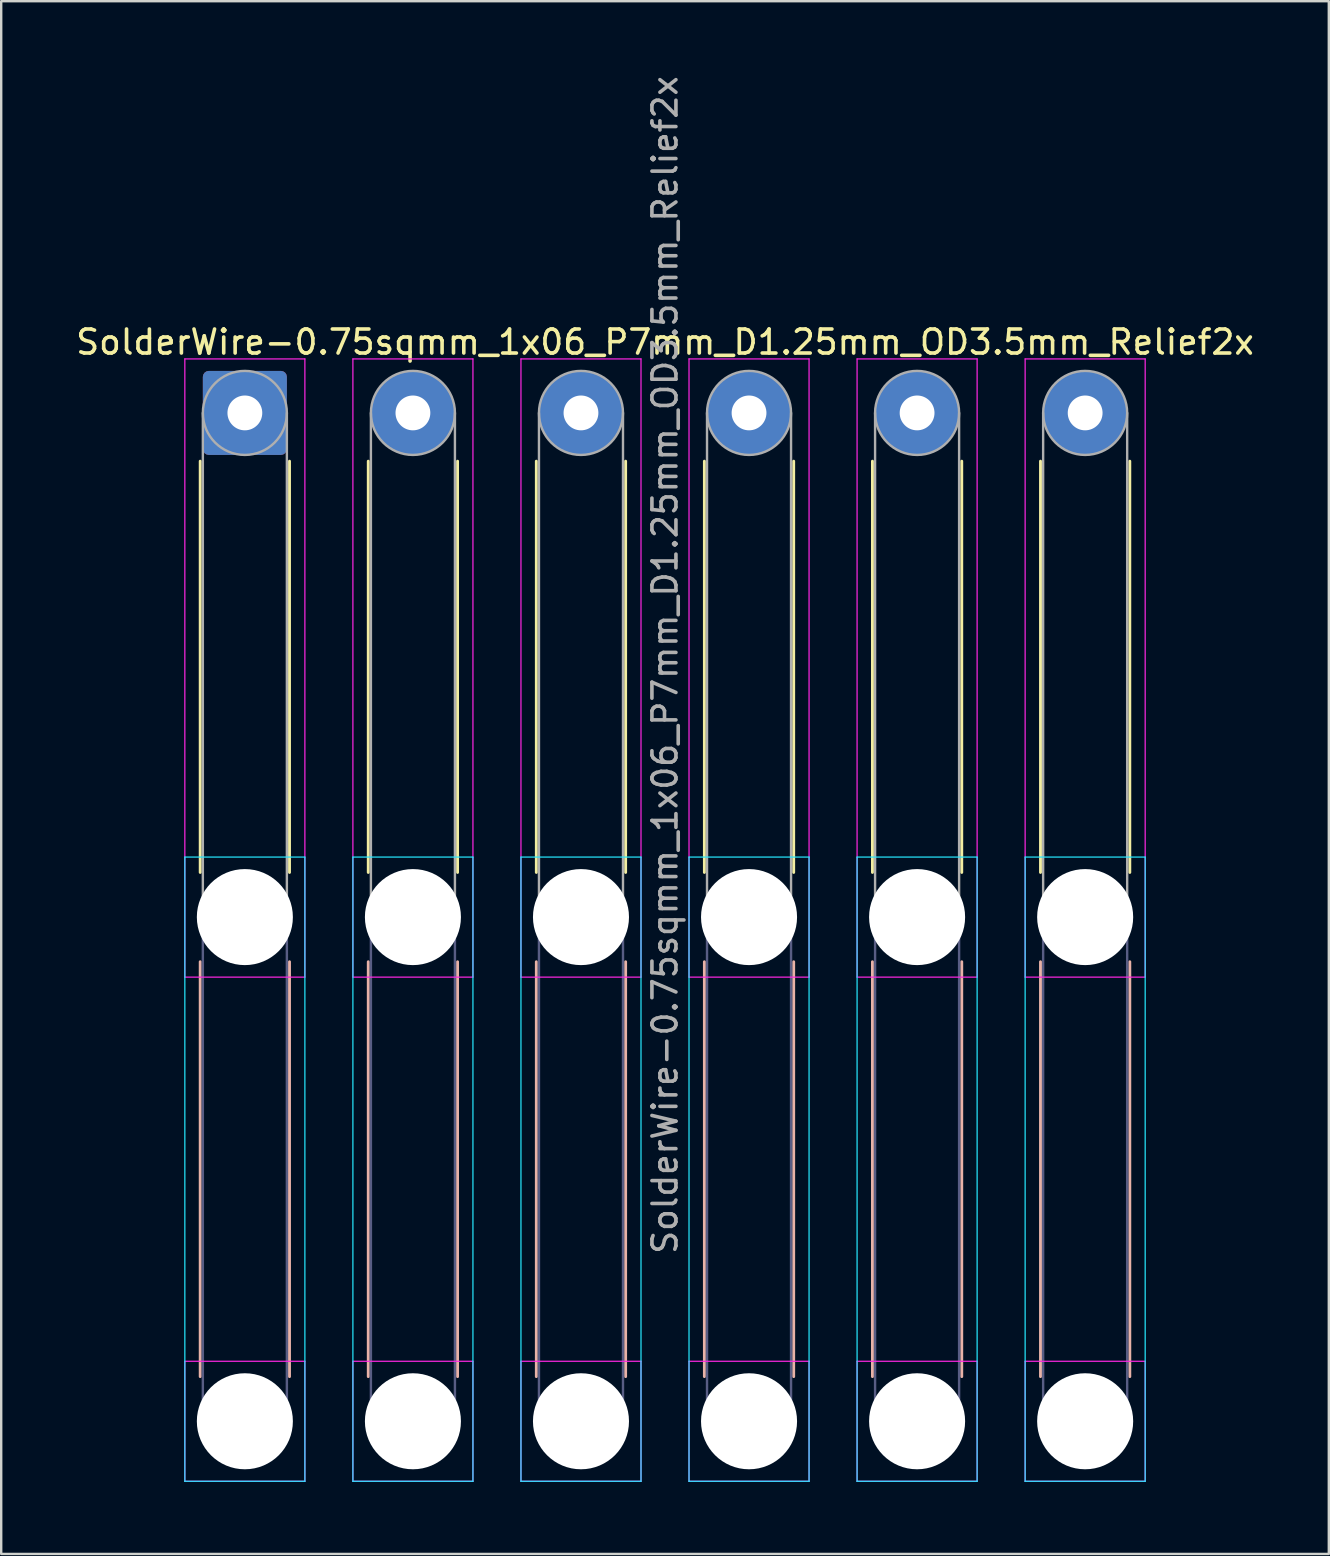
<source format=kicad_pcb>
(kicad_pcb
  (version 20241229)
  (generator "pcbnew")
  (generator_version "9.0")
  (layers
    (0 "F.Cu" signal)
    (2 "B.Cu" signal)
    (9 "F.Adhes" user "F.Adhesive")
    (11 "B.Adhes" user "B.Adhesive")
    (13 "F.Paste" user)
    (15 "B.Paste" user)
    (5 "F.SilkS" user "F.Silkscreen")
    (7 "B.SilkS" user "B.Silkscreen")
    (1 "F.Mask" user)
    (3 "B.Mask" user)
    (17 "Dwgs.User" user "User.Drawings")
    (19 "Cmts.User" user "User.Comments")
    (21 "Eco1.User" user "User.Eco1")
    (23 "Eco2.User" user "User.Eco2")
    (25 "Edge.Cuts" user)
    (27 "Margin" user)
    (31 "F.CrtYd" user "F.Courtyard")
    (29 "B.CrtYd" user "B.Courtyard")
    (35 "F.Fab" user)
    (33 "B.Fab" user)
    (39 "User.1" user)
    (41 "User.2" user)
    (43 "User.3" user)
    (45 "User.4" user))
  (footprint "SolderWire-0.75sqmm_1x06_P7mm_D1.25mm_OD3.5mm_Relief2x"
    (layer "F.Cu")
    (at 7.149 14.149)
    (property "Reference" "SolderWire-0.75sqmm_1x06_P7mm_D1.25mm_OD3.5mm_Relief2x" (at 17.5 -2.95 0) (layer "F.SilkS") (effects (font (size 1 1) (thickness 0.15))))
    (attr exclude_from_pos_files exclude_from_bom)
    (fp_line (start -1.86 2.01) (end -1.86 19.14) (stroke (width 0.12) (type solid)) (layer "F.SilkS"))
    (fp_line (start 1.86 2.01) (end 1.86 19.14) (stroke (width 0.12) (type solid)) (layer "F.SilkS"))
    (fp_line (start 5.14 2.01) (end 5.14 19.14) (stroke (width 0.12) (type solid)) (layer "F.SilkS"))
    (fp_line (start 8.86 2.01) (end 8.86 19.14) (stroke (width 0.12) (type solid)) (layer "F.SilkS"))
    (fp_line (start 12.14 2.01) (end 12.14 19.14) (stroke (width 0.12) (type solid)) (layer "F.SilkS"))
    (fp_line (start 15.86 2.01) (end 15.86 19.14) (stroke (width 0.12) (type solid)) (layer "F.SilkS"))
    (fp_line (start 19.14 2.01) (end 19.14 19.14) (stroke (width 0.12) (type solid)) (layer "F.SilkS"))
    (fp_line (start 22.86 2.01) (end 22.86 19.14) (stroke (width 0.12) (type solid)) (layer "F.SilkS"))
    (fp_line (start 26.14 2.01) (end 26.14 19.14) (stroke (width 0.12) (type solid)) (layer "F.SilkS"))
    (fp_line (start 29.86 2.01) (end 29.86 19.14) (stroke (width 0.12) (type solid)) (layer "F.SilkS"))
    (fp_line (start 33.14 2.01) (end 33.14 19.14) (stroke (width 0.12) (type solid)) (layer "F.SilkS"))
    (fp_line (start 36.86 2.01) (end 36.86 19.14) (stroke (width 0.12) (type solid)) (layer "F.SilkS"))
    (fp_line (start -1.86 22.86) (end -1.86 40.14) (stroke (width 0.12) (type solid)) (layer "B.SilkS"))
    (fp_line (start 1.86 22.86) (end 1.86 40.14) (stroke (width 0.12) (type solid)) (layer "B.SilkS"))
    (fp_line (start 5.14 22.86) (end 5.14 40.14) (stroke (width 0.12) (type solid)) (layer "B.SilkS"))
    (fp_line (start 8.86 22.86) (end 8.86 40.14) (stroke (width 0.12) (type solid)) (layer "B.SilkS"))
    (fp_line (start 12.14 22.86) (end 12.14 40.14) (stroke (width 0.12) (type solid)) (layer "B.SilkS"))
    (fp_line (start 15.86 22.86) (end 15.86 40.14) (stroke (width 0.12) (type solid)) (layer "B.SilkS"))
    (fp_line (start 19.14 22.86) (end 19.14 40.14) (stroke (width 0.12) (type solid)) (layer "B.SilkS"))
    (fp_line (start 22.86 22.86) (end 22.86 40.14) (stroke (width 0.12) (type solid)) (layer "B.SilkS"))
    (fp_line (start 26.14 22.86) (end 26.14 40.14) (stroke (width 0.12) (type solid)) (layer "B.SilkS"))
    (fp_line (start 29.86 22.86) (end 29.86 40.14) (stroke (width 0.12) (type solid)) (layer "B.SilkS"))
    (fp_line (start 33.14 22.86) (end 33.14 40.14) (stroke (width 0.12) (type solid)) (layer "B.SilkS"))
    (fp_line (start 36.86 22.86) (end 36.86 40.14) (stroke (width 0.12) (type solid)) (layer "B.SilkS"))
    (fp_line (start -2.5 18.5) (end -2.5 44.5) (stroke (width 0.05) (type solid)) (layer "B.CrtYd"))
    (fp_line (start -2.5 44.5) (end 2.5 44.5) (stroke (width 0.05) (type solid)) (layer "B.CrtYd"))
    (fp_line (start 2.5 18.5) (end -2.5 18.5) (stroke (width 0.05) (type solid)) (layer "B.CrtYd"))
    (fp_line (start 2.5 44.5) (end 2.5 18.5) (stroke (width 0.05) (type solid)) (layer "B.CrtYd"))
    (fp_line (start 4.5 18.5) (end 4.5 44.5) (stroke (width 0.05) (type solid)) (layer "B.CrtYd"))
    (fp_line (start 4.5 44.5) (end 9.5 44.5) (stroke (width 0.05) (type solid)) (layer "B.CrtYd"))
    (fp_line (start 9.5 18.5) (end 4.5 18.5) (stroke (width 0.05) (type solid)) (layer "B.CrtYd"))
    (fp_line (start 9.5 44.5) (end 9.5 18.5) (stroke (width 0.05) (type solid)) (layer "B.CrtYd"))
    (fp_line (start 11.5 18.5) (end 11.5 44.5) (stroke (width 0.05) (type solid)) (layer "B.CrtYd"))
    (fp_line (start 11.5 44.5) (end 16.5 44.5) (stroke (width 0.05) (type solid)) (layer "B.CrtYd"))
    (fp_line (start 16.5 18.5) (end 11.5 18.5) (stroke (width 0.05) (type solid)) (layer "B.CrtYd"))
    (fp_line (start 16.5 44.5) (end 16.5 18.5) (stroke (width 0.05) (type solid)) (layer "B.CrtYd"))
    (fp_line (start 18.5 18.5) (end 18.5 44.5) (stroke (width 0.05) (type solid)) (layer "B.CrtYd"))
    (fp_line (start 18.5 44.5) (end 23.5 44.5) (stroke (width 0.05) (type solid)) (layer "B.CrtYd"))
    (fp_line (start 23.5 18.5) (end 18.5 18.5) (stroke (width 0.05) (type solid)) (layer "B.CrtYd"))
    (fp_line (start 23.5 44.5) (end 23.5 18.5) (stroke (width 0.05) (type solid)) (layer "B.CrtYd"))
    (fp_line (start 25.5 18.5) (end 25.5 44.5) (stroke (width 0.05) (type solid)) (layer "B.CrtYd"))
    (fp_line (start 25.5 44.5) (end 30.5 44.5) (stroke (width 0.05) (type solid)) (layer "B.CrtYd"))
    (fp_line (start 30.5 18.5) (end 25.5 18.5) (stroke (width 0.05) (type solid)) (layer "B.CrtYd"))
    (fp_line (start 30.5 44.5) (end 30.5 18.5) (stroke (width 0.05) (type solid)) (layer "B.CrtYd"))
    (fp_line (start 32.5 18.5) (end 32.5 44.5) (stroke (width 0.05) (type solid)) (layer "B.CrtYd"))
    (fp_line (start 32.5 44.5) (end 37.5 44.5) (stroke (width 0.05) (type solid)) (layer "B.CrtYd"))
    (fp_line (start 37.5 18.5) (end 32.5 18.5) (stroke (width 0.05) (type solid)) (layer "B.CrtYd"))
    (fp_line (start 37.5 44.5) (end 37.5 18.5) (stroke (width 0.05) (type solid)) (layer "B.CrtYd"))
    (fp_line (start -2.5 -2.25) (end -2.5 23.5) (stroke (width 0.05) (type solid)) (layer "F.CrtYd"))
    (fp_line (start -2.5 23.5) (end 2.5 23.5) (stroke (width 0.05) (type solid)) (layer "F.CrtYd"))
    (fp_line (start -2.5 39.5) (end -2.5 44.5) (stroke (width 0.05) (type solid)) (layer "F.CrtYd"))
    (fp_line (start -2.5 44.5) (end 2.5 44.5) (stroke (width 0.05) (type solid)) (layer "F.CrtYd"))
    (fp_line (start 2.5 -2.25) (end -2.5 -2.25) (stroke (width 0.05) (type solid)) (layer "F.CrtYd"))
    (fp_line (start 2.5 23.5) (end 2.5 -2.25) (stroke (width 0.05) (type solid)) (layer "F.CrtYd"))
    (fp_line (start 2.5 39.5) (end -2.5 39.5) (stroke (width 0.05) (type solid)) (layer "F.CrtYd"))
    (fp_line (start 2.5 44.5) (end 2.5 39.5) (stroke (width 0.05) (type solid)) (layer "F.CrtYd"))
    (fp_line (start 4.5 -2.25) (end 4.5 23.5) (stroke (width 0.05) (type solid)) (layer "F.CrtYd"))
    (fp_line (start 4.5 23.5) (end 9.5 23.5) (stroke (width 0.05) (type solid)) (layer "F.CrtYd"))
    (fp_line (start 4.5 39.5) (end 4.5 44.5) (stroke (width 0.05) (type solid)) (layer "F.CrtYd"))
    (fp_line (start 4.5 44.5) (end 9.5 44.5) (stroke (width 0.05) (type solid)) (layer "F.CrtYd"))
    (fp_line (start 9.5 -2.25) (end 4.5 -2.25) (stroke (width 0.05) (type solid)) (layer "F.CrtYd"))
    (fp_line (start 9.5 23.5) (end 9.5 -2.25) (stroke (width 0.05) (type solid)) (layer "F.CrtYd"))
    (fp_line (start 9.5 39.5) (end 4.5 39.5) (stroke (width 0.05) (type solid)) (layer "F.CrtYd"))
    (fp_line (start 9.5 44.5) (end 9.5 39.5) (stroke (width 0.05) (type solid)) (layer "F.CrtYd"))
    (fp_line (start 11.5 -2.25) (end 11.5 23.5) (stroke (width 0.05) (type solid)) (layer "F.CrtYd"))
    (fp_line (start 11.5 23.5) (end 16.5 23.5) (stroke (width 0.05) (type solid)) (layer "F.CrtYd"))
    (fp_line (start 11.5 39.5) (end 11.5 44.5) (stroke (width 0.05) (type solid)) (layer "F.CrtYd"))
    (fp_line (start 11.5 44.5) (end 16.5 44.5) (stroke (width 0.05) (type solid)) (layer "F.CrtYd"))
    (fp_line (start 16.5 -2.25) (end 11.5 -2.25) (stroke (width 0.05) (type solid)) (layer "F.CrtYd"))
    (fp_line (start 16.5 23.5) (end 16.5 -2.25) (stroke (width 0.05) (type solid)) (layer "F.CrtYd"))
    (fp_line (start 16.5 39.5) (end 11.5 39.5) (stroke (width 0.05) (type solid)) (layer "F.CrtYd"))
    (fp_line (start 16.5 44.5) (end 16.5 39.5) (stroke (width 0.05) (type solid)) (layer "F.CrtYd"))
    (fp_line (start 18.5 -2.25) (end 18.5 23.5) (stroke (width 0.05) (type solid)) (layer "F.CrtYd"))
    (fp_line (start 18.5 23.5) (end 23.5 23.5) (stroke (width 0.05) (type solid)) (layer "F.CrtYd"))
    (fp_line (start 18.5 39.5) (end 18.5 44.5) (stroke (width 0.05) (type solid)) (layer "F.CrtYd"))
    (fp_line (start 18.5 44.5) (end 23.5 44.5) (stroke (width 0.05) (type solid)) (layer "F.CrtYd"))
    (fp_line (start 23.5 -2.25) (end 18.5 -2.25) (stroke (width 0.05) (type solid)) (layer "F.CrtYd"))
    (fp_line (start 23.5 23.5) (end 23.5 -2.25) (stroke (width 0.05) (type solid)) (layer "F.CrtYd"))
    (fp_line (start 23.5 39.5) (end 18.5 39.5) (stroke (width 0.05) (type solid)) (layer "F.CrtYd"))
    (fp_line (start 23.5 44.5) (end 23.5 39.5) (stroke (width 0.05) (type solid)) (layer "F.CrtYd"))
    (fp_line (start 25.5 -2.25) (end 25.5 23.5) (stroke (width 0.05) (type solid)) (layer "F.CrtYd"))
    (fp_line (start 25.5 23.5) (end 30.5 23.5) (stroke (width 0.05) (type solid)) (layer "F.CrtYd"))
    (fp_line (start 25.5 39.5) (end 25.5 44.5) (stroke (width 0.05) (type solid)) (layer "F.CrtYd"))
    (fp_line (start 25.5 44.5) (end 30.5 44.5) (stroke (width 0.05) (type solid)) (layer "F.CrtYd"))
    (fp_line (start 30.5 -2.25) (end 25.5 -2.25) (stroke (width 0.05) (type solid)) (layer "F.CrtYd"))
    (fp_line (start 30.5 23.5) (end 30.5 -2.25) (stroke (width 0.05) (type solid)) (layer "F.CrtYd"))
    (fp_line (start 30.5 39.5) (end 25.5 39.5) (stroke (width 0.05) (type solid)) (layer "F.CrtYd"))
    (fp_line (start 30.5 44.5) (end 30.5 39.5) (stroke (width 0.05) (type solid)) (layer "F.CrtYd"))
    (fp_line (start 32.5 -2.25) (end 32.5 23.5) (stroke (width 0.05) (type solid)) (layer "F.CrtYd"))
    (fp_line (start 32.5 23.5) (end 37.5 23.5) (stroke (width 0.05) (type solid)) (layer "F.CrtYd"))
    (fp_line (start 32.5 39.5) (end 32.5 44.5) (stroke (width 0.05) (type solid)) (layer "F.CrtYd"))
    (fp_line (start 32.5 44.5) (end 37.5 44.5) (stroke (width 0.05) (type solid)) (layer "F.CrtYd"))
    (fp_line (start 37.5 -2.25) (end 32.5 -2.25) (stroke (width 0.05) (type solid)) (layer "F.CrtYd"))
    (fp_line (start 37.5 23.5) (end 37.5 -2.25) (stroke (width 0.05) (type solid)) (layer "F.CrtYd"))
    (fp_line (start 37.5 39.5) (end 32.5 39.5) (stroke (width 0.05) (type solid)) (layer "F.CrtYd"))
    (fp_line (start 37.5 44.5) (end 37.5 39.5) (stroke (width 0.05) (type solid)) (layer "F.CrtYd"))
    (fp_line (start -1.75 21) (end -1.75 42) (stroke (width 0.1) (type solid)) (layer "B.Fab"))
    (fp_line (start 1.75 21) (end 1.75 42) (stroke (width 0.1) (type solid)) (layer "B.Fab"))
    (fp_line (start 5.25 21) (end 5.25 42) (stroke (width 0.1) (type solid)) (layer "B.Fab"))
    (fp_line (start 8.75 21) (end 8.75 42) (stroke (width 0.1) (type solid)) (layer "B.Fab"))
    (fp_line (start 12.25 21) (end 12.25 42) (stroke (width 0.1) (type solid)) (layer "B.Fab"))
    (fp_line (start 15.75 21) (end 15.75 42) (stroke (width 0.1) (type solid)) (layer "B.Fab"))
    (fp_line (start 19.25 21) (end 19.25 42) (stroke (width 0.1) (type solid)) (layer "B.Fab"))
    (fp_line (start 22.75 21) (end 22.75 42) (stroke (width 0.1) (type solid)) (layer "B.Fab"))
    (fp_line (start 26.25 21) (end 26.25 42) (stroke (width 0.1) (type solid)) (layer "B.Fab"))
    (fp_line (start 29.75 21) (end 29.75 42) (stroke (width 0.1) (type solid)) (layer "B.Fab"))
    (fp_line (start 33.25 21) (end 33.25 42) (stroke (width 0.1) (type solid)) (layer "B.Fab"))
    (fp_line (start 36.75 21) (end 36.75 42) (stroke (width 0.1) (type solid)) (layer "B.Fab"))
    (fp_circle (center 0 21) (end 1.75 21) (stroke (width 0.1) (type solid)) (fill no) (layer "B.Fab"))
    (fp_circle (center 0 42) (end 1.75 42) (stroke (width 0.1) (type solid)) (fill no) (layer "B.Fab"))
    (fp_circle (center 7 21) (end 8.75 21) (stroke (width 0.1) (type solid)) (fill no) (layer "B.Fab"))
    (fp_circle (center 7 42) (end 8.75 42) (stroke (width 0.1) (type solid)) (fill no) (layer "B.Fab"))
    (fp_circle (center 14 21) (end 15.75 21) (stroke (width 0.1) (type solid)) (fill no) (layer "B.Fab"))
    (fp_circle (center 14 42) (end 15.75 42) (stroke (width 0.1) (type solid)) (fill no) (layer "B.Fab"))
    (fp_circle (center 21 21) (end 22.75 21) (stroke (width 0.1) (type solid)) (fill no) (layer "B.Fab"))
    (fp_circle (center 21 42) (end 22.75 42) (stroke (width 0.1) (type solid)) (fill no) (layer "B.Fab"))
    (fp_circle (center 28 21) (end 29.75 21) (stroke (width 0.1) (type solid)) (fill no) (layer "B.Fab"))
    (fp_circle (center 28 42) (end 29.75 42) (stroke (width 0.1) (type solid)) (fill no) (layer "B.Fab"))
    (fp_circle (center 35 21) (end 36.75 21) (stroke (width 0.1) (type solid)) (fill no) (layer "B.Fab"))
    (fp_circle (center 35 42) (end 36.75 42) (stroke (width 0.1) (type solid)) (fill no) (layer "B.Fab"))
    (fp_line (start -1.75 0) (end -1.75 21) (stroke (width 0.1) (type solid)) (layer "F.Fab"))
    (fp_line (start 1.75 0) (end 1.75 21) (stroke (width 0.1) (type solid)) (layer "F.Fab"))
    (fp_line (start 5.25 0) (end 5.25 21) (stroke (width 0.1) (type solid)) (layer "F.Fab"))
    (fp_line (start 8.75 0) (end 8.75 21) (stroke (width 0.1) (type solid)) (layer "F.Fab"))
    (fp_line (start 12.25 0) (end 12.25 21) (stroke (width 0.1) (type solid)) (layer "F.Fab"))
    (fp_line (start 15.75 0) (end 15.75 21) (stroke (width 0.1) (type solid)) (layer "F.Fab"))
    (fp_line (start 19.25 0) (end 19.25 21) (stroke (width 0.1) (type solid)) (layer "F.Fab"))
    (fp_line (start 22.75 0) (end 22.75 21) (stroke (width 0.1) (type solid)) (layer "F.Fab"))
    (fp_line (start 26.25 0) (end 26.25 21) (stroke (width 0.1) (type solid)) (layer "F.Fab"))
    (fp_line (start 29.75 0) (end 29.75 21) (stroke (width 0.1) (type solid)) (layer "F.Fab"))
    (fp_line (start 33.25 0) (end 33.25 21) (stroke (width 0.1) (type solid)) (layer "F.Fab"))
    (fp_line (start 36.75 0) (end 36.75 21) (stroke (width 0.1) (type solid)) (layer "F.Fab"))
    (fp_circle (center 0 0) (end 1.75 0) (stroke (width 0.1) (type solid)) (fill no) (layer "F.Fab"))
    (fp_circle (center 0 21) (end 1.75 21) (stroke (width 0.1) (type solid)) (fill no) (layer "F.Fab"))
    (fp_circle (center 0 42) (end 1.75 42) (stroke (width 0.1) (type solid)) (fill no) (layer "F.Fab"))
    (fp_circle (center 7 0) (end 8.75 0) (stroke (width 0.1) (type solid)) (fill no) (layer "F.Fab"))
    (fp_circle (center 7 21) (end 8.75 21) (stroke (width 0.1) (type solid)) (fill no) (layer "F.Fab"))
    (fp_circle (center 7 42) (end 8.75 42) (stroke (width 0.1) (type solid)) (fill no) (layer "F.Fab"))
    (fp_circle (center 14 0) (end 15.75 0) (stroke (width 0.1) (type solid)) (fill no) (layer "F.Fab"))
    (fp_circle (center 14 21) (end 15.75 21) (stroke (width 0.1) (type solid)) (fill no) (layer "F.Fab"))
    (fp_circle (center 14 42) (end 15.75 42) (stroke (width 0.1) (type solid)) (fill no) (layer "F.Fab"))
    (fp_circle (center 21 0) (end 22.75 0) (stroke (width 0.1) (type solid)) (fill no) (layer "F.Fab"))
    (fp_circle (center 21 21) (end 22.75 21) (stroke (width 0.1) (type solid)) (fill no) (layer "F.Fab"))
    (fp_circle (center 21 42) (end 22.75 42) (stroke (width 0.1) (type solid)) (fill no) (layer "F.Fab"))
    (fp_circle (center 28 0) (end 29.75 0) (stroke (width 0.1) (type solid)) (fill no) (layer "F.Fab"))
    (fp_circle (center 28 21) (end 29.75 21) (stroke (width 0.1) (type solid)) (fill no) (layer "F.Fab"))
    (fp_circle (center 28 42) (end 29.75 42) (stroke (width 0.1) (type solid)) (fill no) (layer "F.Fab"))
    (fp_circle (center 35 0) (end 36.75 0) (stroke (width 0.1) (type solid)) (fill no) (layer "F.Fab"))
    (fp_circle (center 35 21) (end 36.75 21) (stroke (width 0.1) (type solid)) (fill no) (layer "F.Fab"))
    (fp_circle (center 35 42) (end 36.75 42) (stroke (width 0.1) (type solid)) (fill no) (layer "F.Fab"))
    (fp_text user "${REFERENCE}" (at 17.5 10.5 90) (layer "F.Fab") (effects (font (size 1 1) (thickness 0.15))))
    (pad "" np_thru_hole circle (at 0 21) (size 4 4) (drill 4) (layers "*.Cu" "*.Mask"))
    (pad "" np_thru_hole circle (at 0 42) (size 4 4) (drill 4) (layers "*.Cu" "*.Mask"))
    (pad "" np_thru_hole circle (at 7 21) (size 4 4) (drill 4) (layers "*.Cu" "*.Mask"))
    (pad "" np_thru_hole circle (at 7 42) (size 4 4) (drill 4) (layers "*.Cu" "*.Mask"))
    (pad "" np_thru_hole circle (at 14 21) (size 4 4) (drill 4) (layers "*.Cu" "*.Mask"))
    (pad "" np_thru_hole circle (at 14 42) (size 4 4) (drill 4) (layers "*.Cu" "*.Mask"))
    (pad "" np_thru_hole circle (at 21 21) (size 4 4) (drill 4) (layers "*.Cu" "*.Mask"))
    (pad "" np_thru_hole circle (at 21 42) (size 4 4) (drill 4) (layers "*.Cu" "*.Mask"))
    (pad "" np_thru_hole circle (at 28 21) (size 4 4) (drill 4) (layers "*.Cu" "*.Mask"))
    (pad "" np_thru_hole circle (at 28 42) (size 4 4) (drill 4) (layers "*.Cu" "*.Mask"))
    (pad "" np_thru_hole circle (at 35 21) (size 4 4) (drill 4) (layers "*.Cu" "*.Mask"))
    (pad "" np_thru_hole circle (at 35 42) (size 4 4) (drill 4) (layers "*.Cu" "*.Mask"))
    (pad "1" thru_hole roundrect (at 0 0) (size 3.5 3.5) (drill 1.45) (layers "*.Cu" "*.Mask") (roundrect_rratio 0.071))
    (pad "2" thru_hole circle (at 7 0) (size 3.5 3.5) (drill 1.45) (layers "*.Cu" "*.Mask"))
    (pad "3" thru_hole circle (at 14 0) (size 3.5 3.5) (drill 1.45) (layers "*.Cu" "*.Mask"))
    (pad "4" thru_hole circle (at 21 0) (size 3.5 3.5) (drill 1.45) (layers "*.Cu" "*.Mask"))
    (pad "5" thru_hole circle (at 28 0) (size 3.5 3.5) (drill 1.45) (layers "*.Cu" "*.Mask"))
    (pad "6" thru_hole circle (at 35 0) (size 3.5 3.5) (drill 1.45) (layers "*.Cu" "*.Mask")))
  (gr_rect
    (start -3 -3)
    (end 52.298 61.674)
    (stroke (width 0.1) (type default))
    (fill no)
    (layer "Edge.Cuts")))
</source>
